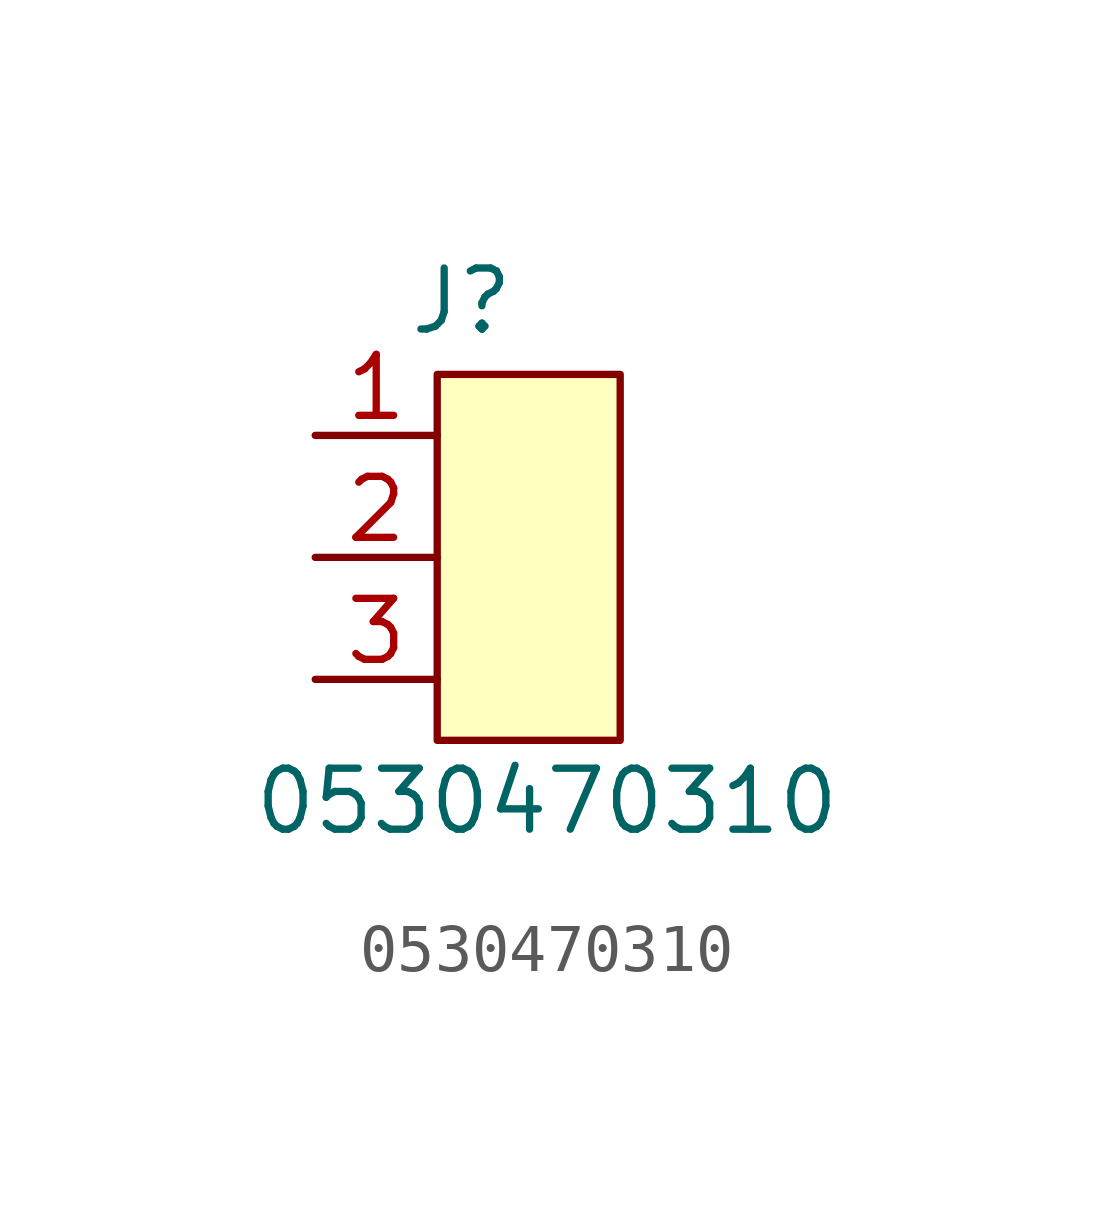
<source format=kicad_sym>
(kicad_symbol_lib
  (version 20241209)
  (generator "kicad_symbol_editor")
  (generator_version "9.0")
  (symbol "0530470310"
    (pin_names
      (hide yes))
    (property "Reference" "J"
      (at 3.048 2.794 0)
      (effects (font (size 1.27 1.27))))
    (property "Value" "0530470310"
      (at 4.826 -7.62 0)
      (effects (font (size 1.27 1.27))))
    (symbol "0530470310_1_1"
      (rectangle (start 2.54 1.27) (end 6.35 -6.35) (stroke (width 0) (type default)) (fill (type background)))
      (pin passive line (at 0 0 0) (length 2.54) (name "" (effects (font (size 1.27 1.27)))) (number "1" (effects (font (size 1.27 1.27)))))
      (pin passive line (at 0 -2.54 0) (length 2.54) (name "" (effects (font (size 1.27 1.27)))) (number "2" (effects (font (size 1.27 1.27)))))
      (pin passive line (at 0 -5.08 0) (length 2.54) (name "" (effects (font (size 1.27 1.27)))) (number "3" (effects (font (size 1.27 1.27))))))))
</source>
